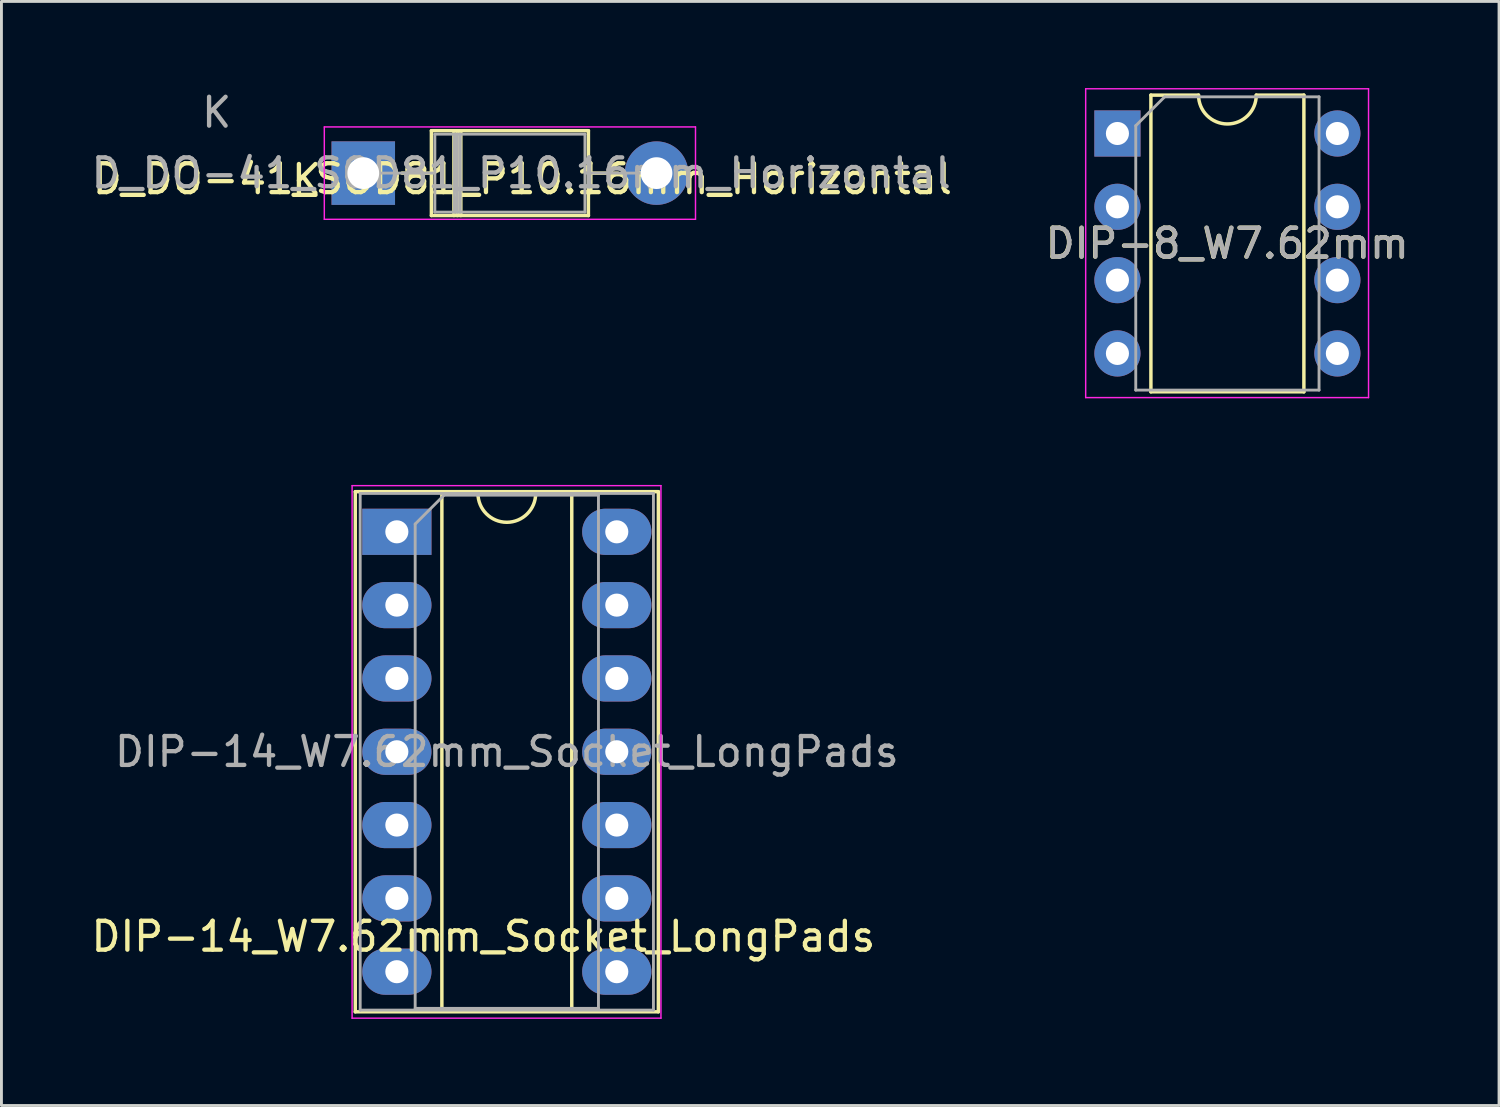
<source format=kicad_pcb>
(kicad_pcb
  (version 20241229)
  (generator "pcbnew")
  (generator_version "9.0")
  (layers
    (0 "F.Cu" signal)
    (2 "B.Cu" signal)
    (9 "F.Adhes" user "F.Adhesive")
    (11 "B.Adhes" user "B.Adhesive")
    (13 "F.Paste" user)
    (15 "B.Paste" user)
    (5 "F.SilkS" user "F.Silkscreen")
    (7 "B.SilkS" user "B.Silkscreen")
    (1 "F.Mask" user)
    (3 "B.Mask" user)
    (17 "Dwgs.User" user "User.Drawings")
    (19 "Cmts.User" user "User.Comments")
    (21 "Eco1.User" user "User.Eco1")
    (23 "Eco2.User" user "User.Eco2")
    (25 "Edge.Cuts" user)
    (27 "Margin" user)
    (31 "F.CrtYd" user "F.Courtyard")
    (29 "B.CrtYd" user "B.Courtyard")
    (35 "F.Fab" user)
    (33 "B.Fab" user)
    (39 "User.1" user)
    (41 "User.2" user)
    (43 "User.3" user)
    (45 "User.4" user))
  (footprint "D_DO-41_SOD81_P10.16mm_Horizontal"
    (layer "F.Cu")
    (at 9.536 2.948)
    (property "Reference" "D_DO-41_SOD81_P10.16mm_Horizontal" (at 5.512 0.203 0) (layer "F.SilkS") (effects (font (size 1 1) (thickness 0.15))))
    (attr through_hole)
    (fp_line (start 1.34 0) (end 2.36 0) (stroke (width 0.12) (type solid)) (layer "F.SilkS"))
    (fp_line (start 2.36 -1.47) (end 2.36 1.47) (stroke (width 0.12) (type solid)) (layer "F.SilkS"))
    (fp_line (start 2.36 1.47) (end 7.8 1.47) (stroke (width 0.12) (type solid)) (layer "F.SilkS"))
    (fp_line (start 3.14 -1.47) (end 3.14 1.47) (stroke (width 0.12) (type solid)) (layer "F.SilkS"))
    (fp_line (start 3.26 -1.47) (end 3.26 1.47) (stroke (width 0.12) (type solid)) (layer "F.SilkS"))
    (fp_line (start 3.38 -1.47) (end 3.38 1.47) (stroke (width 0.12) (type solid)) (layer "F.SilkS"))
    (fp_line (start 7.8 -1.47) (end 2.36 -1.47) (stroke (width 0.12) (type solid)) (layer "F.SilkS"))
    (fp_line (start 7.8 1.47) (end 7.8 -1.47) (stroke (width 0.12) (type solid)) (layer "F.SilkS"))
    (fp_line (start 8.82 0) (end 7.8 0) (stroke (width 0.12) (type solid)) (layer "F.SilkS"))
    (fp_line (start -1.35 -1.6) (end -1.35 1.6) (stroke (width 0.05) (type solid)) (layer "F.CrtYd"))
    (fp_line (start -1.35 1.6) (end 11.51 1.6) (stroke (width 0.05) (type solid)) (layer "F.CrtYd"))
    (fp_line (start 11.51 -1.6) (end -1.35 -1.6) (stroke (width 0.05) (type solid)) (layer "F.CrtYd"))
    (fp_line (start 11.51 1.6) (end 11.51 -1.6) (stroke (width 0.05) (type solid)) (layer "F.CrtYd"))
    (fp_line (start 0 0) (end 2.48 0) (stroke (width 0.1) (type solid)) (layer "F.Fab"))
    (fp_line (start 2.48 -1.35) (end 2.48 1.35) (stroke (width 0.1) (type solid)) (layer "F.Fab"))
    (fp_line (start 2.48 1.35) (end 7.68 1.35) (stroke (width 0.1) (type solid)) (layer "F.Fab"))
    (fp_line (start 3.16 -1.35) (end 3.16 1.35) (stroke (width 0.1) (type solid)) (layer "F.Fab"))
    (fp_line (start 3.26 -1.35) (end 3.26 1.35) (stroke (width 0.1) (type solid)) (layer "F.Fab"))
    (fp_line (start 3.36 -1.35) (end 3.36 1.35) (stroke (width 0.1) (type solid)) (layer "F.Fab"))
    (fp_line (start 7.68 -1.35) (end 2.48 -1.35) (stroke (width 0.1) (type solid)) (layer "F.Fab"))
    (fp_line (start 7.68 1.35) (end 7.68 -1.35) (stroke (width 0.1) (type solid)) (layer "F.Fab"))
    (fp_line (start 10.16 0) (end 7.68 0) (stroke (width 0.1) (type solid)) (layer "F.Fab"))
    (fp_text user "K" (at -1.968 0.229 0) (layer "F.SilkS") (effects (font (size 1 1) (thickness 0.15))))
    (fp_text user "${REFERENCE}" (at 5.47 0 0) (layer "F.Fab") (effects (font (size 1 1) (thickness 0.15))))
    (fp_text user "K" (at -5.08 -2.1 0) (layer "F.Fab") (effects (font (size 1 1) (thickness 0.15))))
    (pad "1" thru_hole rect (at 0 0) (size 2.2 2.2) (drill 1.1) (layers "*.Cu" "*.Mask"))
    (pad "2" thru_hole oval (at 10.16 0) (size 2.2 2.2) (drill 1.1) (layers "*.Cu" "*.Mask")))
  (footprint "DIP-14_W7.62mm_Socket_LongPads"
    (layer "F.Cu")
    (at 10.699 15.375)
    (property "Reference" "DIP-14_W7.62mm_Socket_LongPads" (at 2.997 14.021 0) (layer "F.SilkS") (effects (font (size 1 1) (thickness 0.15))))
    (attr through_hole)
    (fp_line (start -1.44 -1.39) (end -1.44 16.63) (stroke (width 0.12) (type solid)) (layer "F.SilkS"))
    (fp_line (start -1.44 16.63) (end 9.06 16.63) (stroke (width 0.12) (type solid)) (layer "F.SilkS"))
    (fp_line (start 1.56 -1.33) (end 1.56 16.57) (stroke (width 0.12) (type solid)) (layer "F.SilkS"))
    (fp_line (start 1.56 16.57) (end 6.06 16.57) (stroke (width 0.12) (type solid)) (layer "F.SilkS"))
    (fp_line (start 2.81 -1.33) (end 1.56 -1.33) (stroke (width 0.12) (type solid)) (layer "F.SilkS"))
    (fp_line (start 6.06 -1.33) (end 4.81 -1.33) (stroke (width 0.12) (type solid)) (layer "F.SilkS"))
    (fp_line (start 6.06 16.57) (end 6.06 -1.33) (stroke (width 0.12) (type solid)) (layer "F.SilkS"))
    (fp_line (start 9.06 -1.39) (end -1.44 -1.39) (stroke (width 0.12) (type solid)) (layer "F.SilkS"))
    (fp_line (start 9.06 16.63) (end 9.06 -1.39) (stroke (width 0.12) (type solid)) (layer "F.SilkS"))
    (fp_arc (start 4.81 -1.33) (mid 3.81 -0.33) (end 2.81 -1.33) (stroke (width 0.12) (type solid)) (layer "F.SilkS"))
    (fp_line (start -1.55 -1.6) (end -1.55 16.85) (stroke (width 0.05) (type solid)) (layer "F.CrtYd"))
    (fp_line (start -1.55 16.85) (end 9.15 16.85) (stroke (width 0.05) (type solid)) (layer "F.CrtYd"))
    (fp_line (start 9.15 -1.6) (end -1.55 -1.6) (stroke (width 0.05) (type solid)) (layer "F.CrtYd"))
    (fp_line (start 9.15 16.85) (end 9.15 -1.6) (stroke (width 0.05) (type solid)) (layer "F.CrtYd"))
    (fp_line (start -1.27 -1.33) (end -1.27 16.57) (stroke (width 0.1) (type solid)) (layer "F.Fab"))
    (fp_line (start -1.27 16.57) (end 8.89 16.57) (stroke (width 0.1) (type solid)) (layer "F.Fab"))
    (fp_line (start 0.635 -0.27) (end 1.635 -1.27) (stroke (width 0.1) (type solid)) (layer "F.Fab"))
    (fp_line (start 0.635 16.51) (end 0.635 -0.27) (stroke (width 0.1) (type solid)) (layer "F.Fab"))
    (fp_line (start 1.635 -1.27) (end 6.985 -1.27) (stroke (width 0.1) (type solid)) (layer "F.Fab"))
    (fp_line (start 6.985 -1.27) (end 6.985 16.51) (stroke (width 0.1) (type solid)) (layer "F.Fab"))
    (fp_line (start 6.985 16.51) (end 0.635 16.51) (stroke (width 0.1) (type solid)) (layer "F.Fab"))
    (fp_line (start 8.89 -1.33) (end -1.27 -1.33) (stroke (width 0.1) (type solid)) (layer "F.Fab"))
    (fp_line (start 8.89 16.57) (end 8.89 -1.33) (stroke (width 0.1) (type solid)) (layer "F.Fab"))
    (fp_text user "${REFERENCE}" (at 3.81 7.62 0) (layer "F.Fab") (effects (font (size 1 1) (thickness 0.15))))
    (pad "1" thru_hole rect (at 0 0) (size 2.4 1.6) (drill 0.8) (layers "*.Cu" "*.Mask"))
    (pad "2" thru_hole oval (at 0 2.54) (size 2.4 1.6) (drill 0.8) (layers "*.Cu" "*.Mask"))
    (pad "3" thru_hole oval (at 0 5.08) (size 2.4 1.6) (drill 0.8) (layers "*.Cu" "*.Mask"))
    (pad "4" thru_hole oval (at 0 7.62) (size 2.4 1.6) (drill 0.8) (layers "*.Cu" "*.Mask"))
    (pad "5" thru_hole oval (at 0 10.16) (size 2.4 1.6) (drill 0.8) (layers "*.Cu" "*.Mask"))
    (pad "6" thru_hole oval (at 0 12.7) (size 2.4 1.6) (drill 0.8) (layers "*.Cu" "*.Mask"))
    (pad "7" thru_hole oval (at 0 15.24) (size 2.4 1.6) (drill 0.8) (layers "*.Cu" "*.Mask"))
    (pad "8" thru_hole oval (at 7.62 15.24) (size 2.4 1.6) (drill 0.8) (layers "*.Cu" "*.Mask"))
    (pad "9" thru_hole oval (at 7.62 12.7) (size 2.4 1.6) (drill 0.8) (layers "*.Cu" "*.Mask"))
    (pad "10" thru_hole oval (at 7.62 10.16) (size 2.4 1.6) (drill 0.8) (layers "*.Cu" "*.Mask"))
    (pad "11" thru_hole oval (at 7.62 7.62) (size 2.4 1.6) (drill 0.8) (layers "*.Cu" "*.Mask"))
    (pad "12" thru_hole oval (at 7.62 5.08) (size 2.4 1.6) (drill 0.8) (layers "*.Cu" "*.Mask"))
    (pad "13" thru_hole oval (at 7.62 2.54) (size 2.4 1.6) (drill 0.8) (layers "*.Cu" "*.Mask"))
    (pad "14" thru_hole oval (at 7.62 0) (size 2.4 1.6) (drill 0.8) (layers "*.Cu" "*.Mask")))
  (footprint "DIP-8_W7.62mm"
    (layer "F.Cu")
    (at 35.664 1.575)
    (property "Reference" "DIP-8_W7.62mm" (at 3.8 3.81 0) (layer "F.SilkS") (effects (font (size 1 1) (thickness 0.15))))
    (attr through_hole)
    (fp_line (start 1.16 -1.33) (end 1.16 8.95) (stroke (width 0.12) (type solid)) (layer "F.SilkS"))
    (fp_line (start 1.16 8.95) (end 6.46 8.95) (stroke (width 0.12) (type solid)) (layer "F.SilkS"))
    (fp_line (start 2.81 -1.33) (end 1.16 -1.33) (stroke (width 0.12) (type solid)) (layer "F.SilkS"))
    (fp_line (start 6.46 -1.33) (end 4.81 -1.33) (stroke (width 0.12) (type solid)) (layer "F.SilkS"))
    (fp_line (start 6.46 8.95) (end 6.46 -1.33) (stroke (width 0.12) (type solid)) (layer "F.SilkS"))
    (fp_arc (start 4.81 -1.33) (mid 3.81 -0.33) (end 2.81 -1.33) (stroke (width 0.12) (type solid)) (layer "F.SilkS"))
    (fp_line (start -1.1 -1.55) (end -1.1 9.15) (stroke (width 0.05) (type solid)) (layer "F.CrtYd"))
    (fp_line (start -1.1 9.15) (end 8.7 9.15) (stroke (width 0.05) (type solid)) (layer "F.CrtYd"))
    (fp_line (start 8.7 -1.55) (end -1.1 -1.55) (stroke (width 0.05) (type solid)) (layer "F.CrtYd"))
    (fp_line (start 8.7 9.15) (end 8.7 -1.55) (stroke (width 0.05) (type solid)) (layer "F.CrtYd"))
    (fp_line (start 0.635 -0.27) (end 1.635 -1.27) (stroke (width 0.1) (type solid)) (layer "F.Fab"))
    (fp_line (start 0.635 8.89) (end 0.635 -0.27) (stroke (width 0.1) (type solid)) (layer "F.Fab"))
    (fp_line (start 1.635 -1.27) (end 6.985 -1.27) (stroke (width 0.1) (type solid)) (layer "F.Fab"))
    (fp_line (start 6.985 -1.27) (end 6.985 8.89) (stroke (width 0.1) (type solid)) (layer "F.Fab"))
    (fp_line (start 6.985 8.89) (end 0.635 8.89) (stroke (width 0.1) (type solid)) (layer "F.Fab"))
    (fp_text user "${REFERENCE}" (at 3.81 3.81 0) (layer "F.Fab") (effects (font (size 1 1) (thickness 0.15))))
    (pad "1" thru_hole rect (at 0 0 180) (size 1.6 1.6) (drill 0.8) (layers "*.Cu" "*.Mask"))
    (pad "2" thru_hole oval (at 0 2.54 180) (size 1.6 1.6) (drill 0.8) (layers "*.Cu" "*.Mask"))
    (pad "3" thru_hole oval (at 0 5.08 180) (size 1.6 1.6) (drill 0.8) (layers "*.Cu" "*.Mask"))
    (pad "4" thru_hole oval (at 0 7.62 180) (size 1.6 1.6) (drill 0.8) (layers "*.Cu" "*.Mask"))
    (pad "5" thru_hole oval (at 7.62 7.62 180) (size 1.6 1.6) (drill 0.8) (layers "*.Cu" "*.Mask"))
    (pad "6" thru_hole oval (at 7.62 5.08 180) (size 1.6 1.6) (drill 0.8) (layers "*.Cu" "*.Mask"))
    (pad "7" thru_hole oval (at 7.62 2.54 180) (size 1.6 1.6) (drill 0.8) (layers "*.Cu" "*.Mask"))
    (pad "8" thru_hole oval (at 7.62 0 180) (size 1.6 1.6) (drill 0.8) (layers "*.Cu" "*.Mask")))
  (gr_rect
    (start -3 -3)
    (end 48.885 35.25)
    (stroke (width 0.1) (type default))
    (fill no)
    (layer "Edge.Cuts")))
</source>
